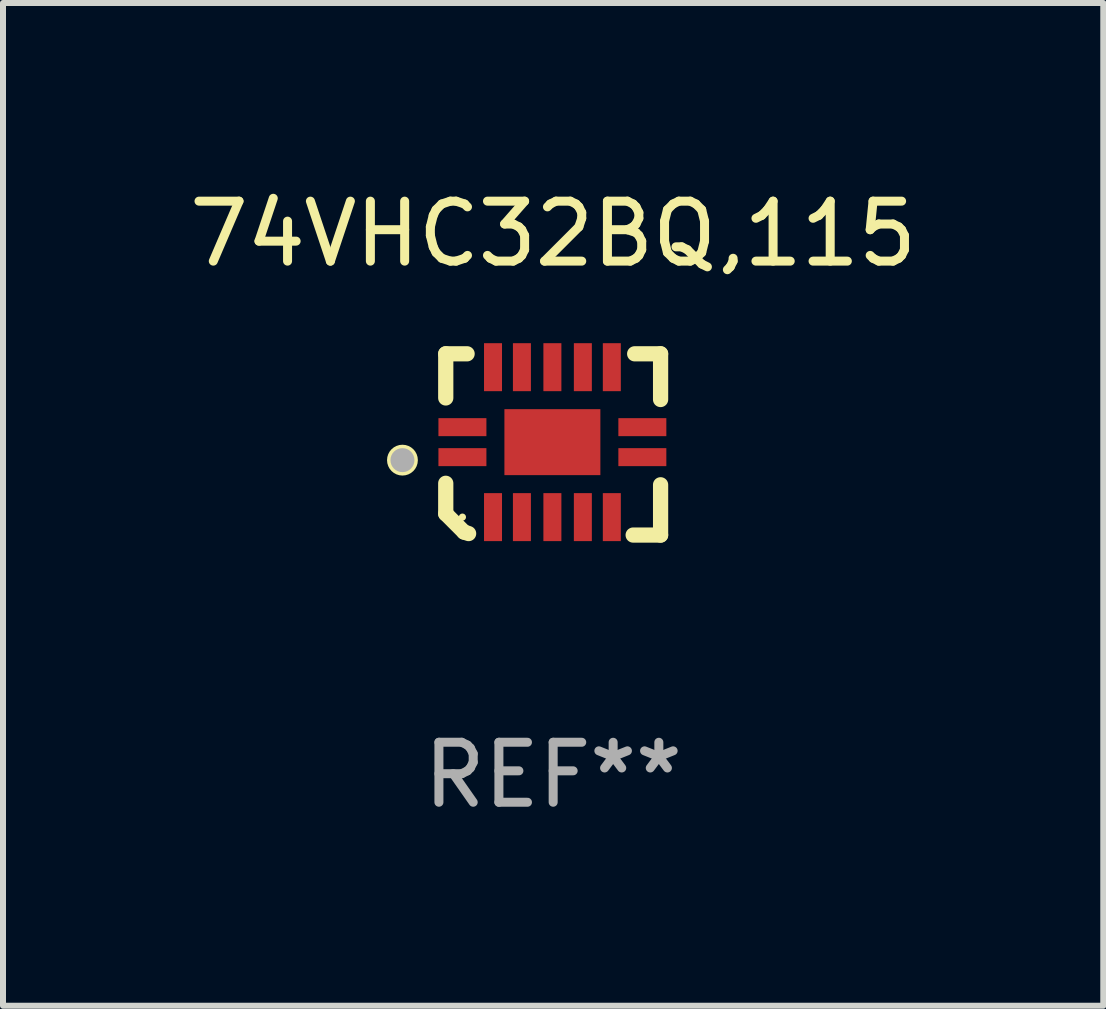
<source format=kicad_pcb>
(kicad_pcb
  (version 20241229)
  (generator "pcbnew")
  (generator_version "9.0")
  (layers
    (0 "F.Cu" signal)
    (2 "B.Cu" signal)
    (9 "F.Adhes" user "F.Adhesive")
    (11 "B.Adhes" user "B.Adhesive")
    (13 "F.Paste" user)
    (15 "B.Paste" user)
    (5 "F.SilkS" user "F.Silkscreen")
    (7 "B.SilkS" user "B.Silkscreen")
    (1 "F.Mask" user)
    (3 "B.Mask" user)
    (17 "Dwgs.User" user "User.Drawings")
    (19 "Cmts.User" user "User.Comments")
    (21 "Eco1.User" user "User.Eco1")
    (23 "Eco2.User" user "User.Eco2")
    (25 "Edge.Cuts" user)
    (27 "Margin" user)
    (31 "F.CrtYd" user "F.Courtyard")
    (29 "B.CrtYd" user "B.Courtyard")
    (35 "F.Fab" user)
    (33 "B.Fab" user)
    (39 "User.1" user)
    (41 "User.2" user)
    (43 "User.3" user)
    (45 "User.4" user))
  (footprint "74VHC32BQ,115"
    (layer "F.Cu")
    (at 6.173 4.36)
    (property "Reference" "74VHC32BQ,115" (at 0 -3.511 0) (layer "F.SilkS") (effects (font (size 1 1) (thickness 0.15))))
    (attr through_hole)
    (fp_line (start -1.791 -1.511) (end -1.435 -1.511) (stroke (width 0.254) (type solid)) (layer "F.SilkS"))
    (fp_line (start -1.791 -0.775) (end -1.791 -1.511) (stroke (width 0.254) (type solid)) (layer "F.SilkS"))
    (fp_line (start -1.791 1.156) (end -1.791 0.648) (stroke (width 0.254) (type solid)) (layer "F.SilkS"))
    (fp_line (start -1.486 1.461) (end -1.791 1.156) (stroke (width 0.254) (type solid)) (layer "F.SilkS"))
    (fp_line (start -1.41 1.486) (end -1.486 1.461) (stroke (width 0.254) (type solid)) (layer "F.SilkS"))
    (fp_line (start 1.334 1.511) (end 1.791 1.511) (stroke (width 0.254) (type solid)) (layer "F.SilkS"))
    (fp_line (start 1.791 -1.511) (end 1.359 -1.511) (stroke (width 0.254) (type solid)) (layer "F.SilkS"))
    (fp_line (start 1.791 -0.749) (end 1.791 -1.511) (stroke (width 0.254) (type solid)) (layer "F.SilkS"))
    (fp_line (start 1.791 1.511) (end 1.791 0.673) (stroke (width 0.254) (type solid)) (layer "F.SilkS"))
    (fp_circle (center -2.513 0.262) (end -2.383 0.262) (stroke (width 0.254) (type solid)) (fill no) (layer "F.SilkS"))
    (fp_circle (center -1.513 1.212) (end -1.483 1.212) (stroke (width 0.06) (type solid)) (fill no) (layer "F.SilkS"))
    (fp_circle (center -2.513 0.262) (end -2.413 0.262) (stroke (width 0.2) (type solid)) (fill no) (layer "F.Fab"))
    (fp_text user "REF**" (at 0 5.511 0) (layer "F.Fab") (effects (font (size 1 1) (thickness 0.15))))
    (pad "1" smd rect (at -1.513 0.212) (size 0.8 0.3) (layers "F.Cu" "F.Mask" "F.Paste"))
    (pad "2" smd rect (at -1.003 1.212) (size 0.3 0.8) (layers "F.Cu" "F.Mask" "F.Paste"))
    (pad "3" smd rect (at -0.521 1.212) (size 0.3 0.8) (layers "F.Cu" "F.Mask" "F.Paste"))
    (pad "4" smd rect (at -0.013 1.212) (size 0.3 0.8) (layers "F.Cu" "F.Mask" "F.Paste"))
    (pad "5" smd rect (at 0.495 1.212) (size 0.3 0.8) (layers "F.Cu" "F.Mask" "F.Paste"))
    (pad "6" smd rect (at 0.978 1.212) (size 0.3 0.8) (layers "F.Cu" "F.Mask" "F.Paste"))
    (pad "7" smd rect (at 1.487 0.212) (size 0.8 0.3) (layers "F.Cu" "F.Mask" "F.Paste"))
    (pad "8" smd rect (at 1.487 -0.288) (size 0.8 0.3) (layers "F.Cu" "F.Mask" "F.Paste"))
    (pad "9" smd rect (at 0.978 -1.288) (size 0.3 0.8) (layers "F.Cu" "F.Mask" "F.Paste"))
    (pad "10" smd rect (at 0.495 -1.288) (size 0.3 0.8) (layers "F.Cu" "F.Mask" "F.Paste"))
    (pad "11" smd rect (at -0.013 -1.288) (size 0.3 0.8) (layers "F.Cu" "F.Mask" "F.Paste"))
    (pad "12" smd rect (at -0.521 -1.288) (size 0.3 0.8) (layers "F.Cu" "F.Mask" "F.Paste"))
    (pad "13" smd rect (at -1.003 -1.288) (size 0.3 0.8) (layers "F.Cu" "F.Mask" "F.Paste"))
    (pad "14" smd rect (at -1.513 -0.288) (size 0.8 0.3) (layers "F.Cu" "F.Mask" "F.Paste"))
    (pad "15" smd rect (at -0.013 -0.038 90) (size 1.1 1.6) (layers "F.Cu" "F.Mask" "F.Paste")))
  (gr_rect
    (start -3 -3)
    (end 15.345 13.719)
    (stroke (width 0.1) (type default))
    (fill no)
    (layer "Edge.Cuts")))
</source>
